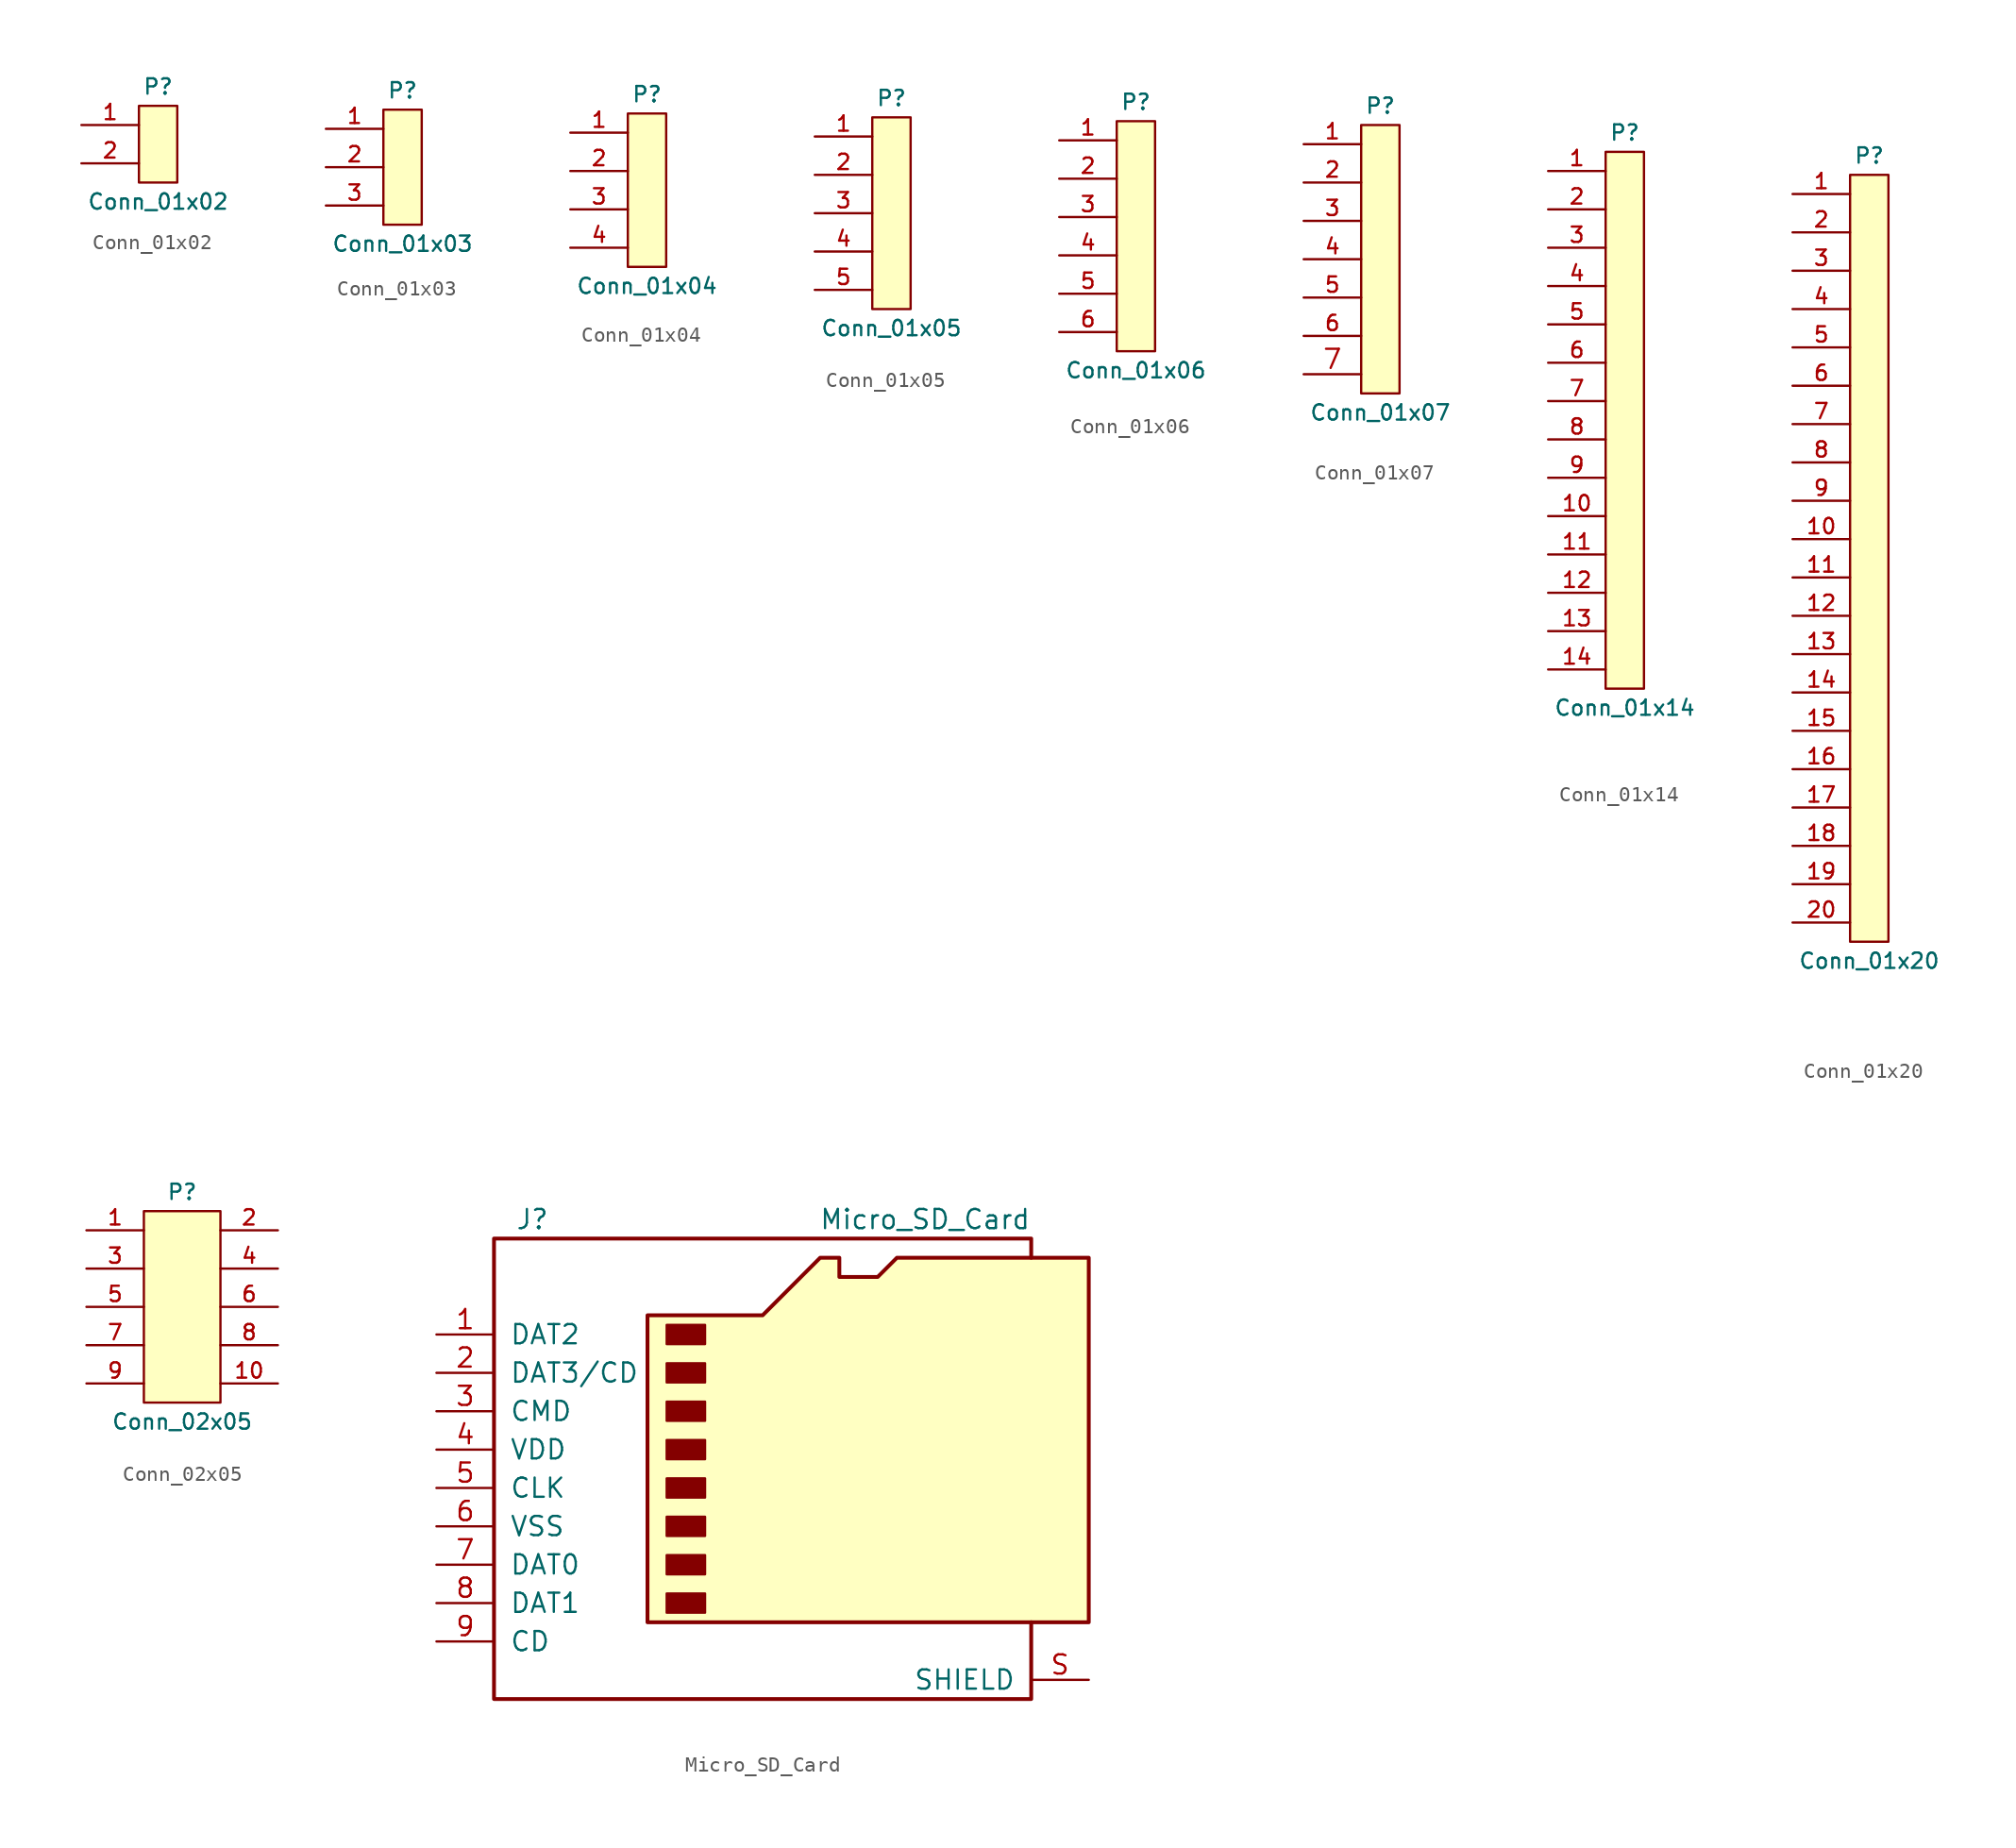
<source format=kicad_sym>
(kicad_symbol_lib
  (version 20211014)
  (generator kicad_symbol_editor)
  (symbol "Conn_01x02"
    (pin_names hide)
    (property "Reference" "P"
      (at 0 3.81 0)
      (effects (font (size 1.016 1.016))))
    (property "Value" "Conn_01x02"
      (at 0 -3.81 0)
      (effects (font (size 1.016 1.016))))
    (symbol "Conn_01x02_1_1"
      (rectangle (start -1.27 2.54) (end 1.27 -2.54) (stroke (width 0) (type default) (color 0 0 0 0)) (fill (type background)))
      (pin passive line (at -5.08 1.27 0) (length 3.81) (name "Pin_1" (effects (font (size 1.016 1.016)))) (number "1" (effects (font (size 1.016 1.016)))))
      (pin passive line (at -5.08 -1.27 0) (length 3.81) (name "Pin_2" (effects (font (size 1.016 1.016)))) (number "2" (effects (font (size 1.016 1.016)))))))
  (symbol "Conn_01x03"
    (pin_names hide)
    (property "Reference" "P"
      (at 0 5.08 0)
      (effects (font (size 1.016 1.016))))
    (property "Value" "Conn_01x03"
      (at 0 -5.08 0)
      (effects (font (size 1.016 1.016))))
    (symbol "Conn_01x03_1_1"
      (rectangle (start -1.27 3.81) (end 1.27 -3.81) (stroke (width 0) (type default) (color 0 0 0 0)) (fill (type background)))
      (pin passive line (at -5.08 2.54 0) (length 3.81) (name "Pin_1" (effects (font (size 1.016 1.016)))) (number "1" (effects (font (size 1.016 1.016)))))
      (pin passive line (at -5.08 0 0) (length 3.81) (name "Pin_3" (effects (font (size 1.016 1.016)))) (number "2" (effects (font (size 1.016 1.016)))))
      (pin passive line (at -5.08 -2.54 0) (length 3.81) (name "Pin_2" (effects (font (size 1.016 1.016)))) (number "3" (effects (font (size 1.016 1.016)))))))
  (symbol "Conn_01x04"
    (pin_names hide)
    (property "Reference" "P"
      (at 0 6.35 0)
      (effects (font (size 1.016 1.016))))
    (property "Value" "Conn_01x04"
      (at 0 -6.35 0)
      (effects (font (size 1.016 1.016))))
    (symbol "Conn_01x04_1_1"
      (rectangle (start -1.27 5.08) (end 1.27 -5.08) (stroke (width 0) (type default) (color 0 0 0 0)) (fill (type background)))
      (pin passive line (at -5.08 3.81 0) (length 3.81) (name "Pin_1" (effects (font (size 1.016 1.016)))) (number "1" (effects (font (size 1.016 1.016)))))
      (pin passive line (at -5.08 1.27 0) (length 3.81) (name "Pin_2" (effects (font (size 1.016 1.016)))) (number "2" (effects (font (size 1.016 1.016)))))
      (pin passive line (at -5.08 -1.27 0) (length 3.81) (name "Pin_3" (effects (font (size 1.016 1.016)))) (number "3" (effects (font (size 1.016 1.016)))))
      (pin passive line (at -5.08 -3.81 0) (length 3.81) (name "Pin_4" (effects (font (size 1.016 1.016)))) (number "4" (effects (font (size 1.016 1.016)))))))
  (symbol "Conn_01x05"
    (pin_names hide)
    (property "Reference" "P"
      (at 0 7.62 0)
      (effects (font (size 1.016 1.016))))
    (property "Value" "Conn_01x05"
      (at 0 -7.62 0)
      (effects (font (size 1.016 1.016))))
    (symbol "Conn_01x05_1_1"
      (rectangle (start -1.27 6.35) (end 1.27 -6.35) (stroke (width 0) (type default) (color 0 0 0 0)) (fill (type background)))
      (pin passive line (at -5.08 5.08 0) (length 3.81) (name "Pin_1" (effects (font (size 1.016 1.016)))) (number "1" (effects (font (size 1.016 1.016)))))
      (pin passive line (at -5.08 2.54 0) (length 3.81) (name "Pin_2" (effects (font (size 1.016 1.016)))) (number "2" (effects (font (size 1.016 1.016)))))
      (pin passive line (at -5.08 0 0) (length 3.81) (name "Pin_3" (effects (font (size 1.016 1.016)))) (number "3" (effects (font (size 1.016 1.016)))))
      (pin passive line (at -5.08 -2.54 0) (length 3.81) (name "Pin_4" (effects (font (size 1.016 1.016)))) (number "4" (effects (font (size 1.016 1.016)))))
      (pin passive line (at -5.08 -5.08 0) (length 3.81) (name "Pin_5" (effects (font (size 1.016 1.016)))) (number "5" (effects (font (size 1.016 1.016)))))))
  (symbol "Conn_01x06"
    (pin_names hide)
    (property "Reference" "P"
      (at 0 8.89 0)
      (effects (font (size 1.016 1.016))))
    (property "Value" "Conn_01x06"
      (at 0 -8.89 0)
      (effects (font (size 1.016 1.016))))
    (symbol "Conn_01x06_1_1"
      (rectangle (start -1.27 7.62) (end 1.27 -7.62) (stroke (width 0) (type default) (color 0 0 0 0)) (fill (type background)))
      (pin passive line (at -5.08 6.35 0) (length 3.81) (name "Pin_1" (effects (font (size 1.016 1.016)))) (number "1" (effects (font (size 1.016 1.016)))))
      (pin passive line (at -5.08 3.81 0) (length 3.81) (name "Pin_2" (effects (font (size 1.016 1.016)))) (number "2" (effects (font (size 1.016 1.016)))))
      (pin passive line (at -5.08 1.27 0) (length 3.81) (name "Pin_3" (effects (font (size 1.016 1.016)))) (number "3" (effects (font (size 1.016 1.016)))))
      (pin passive line (at -5.08 -1.27 0) (length 3.81) (name "Pin_4" (effects (font (size 1.016 1.016)))) (number "4" (effects (font (size 1.016 1.016)))))
      (pin passive line (at -5.08 -3.81 0) (length 3.81) (name "Pin_5" (effects (font (size 1.016 1.016)))) (number "5" (effects (font (size 1.016 1.016)))))
      (pin passive line (at -5.08 -6.35 0) (length 3.81) (name "Pin_6" (effects (font (size 1.016 1.016)))) (number "6" (effects (font (size 1.016 1.016)))))))
  (symbol "Conn_01x07"
    (pin_names hide)
    (property "Reference" "P"
      (at 0 10.16 0)
      (effects (font (size 1.016 1.016))))
    (property "Value" "Conn_01x07"
      (at 0 -10.16 0)
      (effects (font (size 1.016 1.016))))
    (symbol "Conn_01x07_1_1"
      (rectangle (start -1.27 8.89) (end 1.27 -8.89) (stroke (width 0) (type default) (color 0 0 0 0)) (fill (type background)))
      (pin passive line (at -5.08 7.62 0) (length 3.81) (name "Pin_1" (effects (font (size 1.016 1.016)))) (number "1" (effects (font (size 1.016 1.016)))))
      (pin passive line (at -5.08 5.08 0) (length 3.81) (name "Pin_2" (effects (font (size 1.016 1.016)))) (number "2" (effects (font (size 1.016 1.016)))))
      (pin passive line (at -5.08 2.54 0) (length 3.81) (name "Pin_3" (effects (font (size 1.016 1.016)))) (number "3" (effects (font (size 1.016 1.016)))))
      (pin passive line (at -5.08 0 0) (length 3.81) (name "Pin_4" (effects (font (size 1.016 1.016)))) (number "4" (effects (font (size 1.016 1.016)))))
      (pin passive line (at -5.08 -2.54 0) (length 3.81) (name "Pin_5" (effects (font (size 1.016 1.016)))) (number "5" (effects (font (size 1.016 1.016)))))
      (pin passive line (at -5.08 -5.08 0) (length 3.81) (name "Pin_6" (effects (font (size 1.016 1.016)))) (number "6" (effects (font (size 1.016 1.016)))))
      (pin passive line (at -5.08 -7.62 0) (length 3.81) (name "Pin_7" (effects (font (size 1.27 1.27)))) (number "7" (effects (font (size 1.27 1.27)))))))
  (symbol "Conn_01x14"
    (pin_names hide)
    (property "Reference" "P"
      (at 0 19.05 0)
      (effects (font (size 1.016 1.016))))
    (property "Value" "Conn_01x14"
      (at 0 -19.05 0)
      (effects (font (size 1.016 1.016))))
    (symbol "Conn_01x14_1_1"
      (rectangle (start -1.27 17.78) (end 1.27 -17.78) (stroke (width 0) (type default) (color 0 0 0 0)) (fill (type background)))
      (pin passive line (at -5.08 16.51 0) (length 3.81) (name "Pin_1" (effects (font (size 1.016 1.016)))) (number "1" (effects (font (size 1.016 1.016)))))
      (pin passive line (at -5.08 -6.35 0) (length 3.81) (name "Pin_10" (effects (font (size 1.016 1.016)))) (number "10" (effects (font (size 1.016 1.016)))))
      (pin passive line (at -5.08 -8.89 0) (length 3.81) (name "Pin_11" (effects (font (size 1.016 1.016)))) (number "11" (effects (font (size 1.016 1.016)))))
      (pin passive line (at -5.08 -11.43 0) (length 3.81) (name "Pin_12" (effects (font (size 1.016 1.016)))) (number "12" (effects (font (size 1.016 1.016)))))
      (pin passive line (at -5.08 -13.97 0) (length 3.81) (name "Pin_13" (effects (font (size 1.016 1.016)))) (number "13" (effects (font (size 1.016 1.016)))))
      (pin passive line (at -5.08 -16.51 0) (length 3.81) (name "Pin_14" (effects (font (size 1.016 1.016)))) (number "14" (effects (font (size 1.016 1.016)))))
      (pin passive line (at -5.08 13.97 0) (length 3.81) (name "Pin_2" (effects (font (size 1.016 1.016)))) (number "2" (effects (font (size 1.016 1.016)))))
      (pin passive line (at -5.08 11.43 0) (length 3.81) (name "Pin_3" (effects (font (size 1.016 1.016)))) (number "3" (effects (font (size 1.016 1.016)))))
      (pin passive line (at -5.08 8.89 0) (length 3.81) (name "Pin_4" (effects (font (size 1.016 1.016)))) (number "4" (effects (font (size 1.016 1.016)))))
      (pin passive line (at -5.08 6.35 0) (length 3.81) (name "Pin_5" (effects (font (size 1.016 1.016)))) (number "5" (effects (font (size 1.016 1.016)))))
      (pin passive line (at -5.08 3.81 0) (length 3.81) (name "Pin_6" (effects (font (size 1.016 1.016)))) (number "6" (effects (font (size 1.016 1.016)))))
      (pin passive line (at -5.08 1.27 0) (length 3.81) (name "Pin_7" (effects (font (size 1.016 1.016)))) (number "7" (effects (font (size 1.016 1.016)))))
      (pin passive line (at -5.08 -1.27 0) (length 3.81) (name "Pin_8" (effects (font (size 1.016 1.016)))) (number "8" (effects (font (size 1.016 1.016)))))
      (pin passive line (at -5.08 -3.81 0) (length 3.81) (name "Pin_9" (effects (font (size 1.016 1.016)))) (number "9" (effects (font (size 1.016 1.016)))))))
  (symbol "Conn_01x20"
    (pin_names hide)
    (property "Reference" "P"
      (at 0 26.67 0)
      (effects (font (size 1.016 1.016))))
    (property "Value" "Conn_01x20"
      (at 0 -26.67 0)
      (effects (font (size 1.016 1.016))))
    (symbol "Conn_01x20_1_1"
      (rectangle (start -1.27 25.4) (end 1.27 -25.4) (stroke (width 0) (type default) (color 0 0 0 0)) (fill (type background)))
      (pin passive line (at -5.08 24.13 0) (length 3.81) (name "Pin_1" (effects (font (size 1.016 1.016)))) (number "1" (effects (font (size 1.016 1.016)))))
      (pin passive line (at -5.08 1.27 0) (length 3.81) (name "Pin_10" (effects (font (size 1.016 1.016)))) (number "10" (effects (font (size 1.016 1.016)))))
      (pin passive line (at -5.08 -1.27 0) (length 3.81) (name "Pin_11" (effects (font (size 1.016 1.016)))) (number "11" (effects (font (size 1.016 1.016)))))
      (pin passive line (at -5.08 -3.81 0) (length 3.81) (name "Pin_12" (effects (font (size 1.016 1.016)))) (number "12" (effects (font (size 1.016 1.016)))))
      (pin passive line (at -5.08 -6.35 0) (length 3.81) (name "Pin_13" (effects (font (size 1.016 1.016)))) (number "13" (effects (font (size 1.016 1.016)))))
      (pin passive line (at -5.08 -8.89 0) (length 3.81) (name "Pin_14" (effects (font (size 1.016 1.016)))) (number "14" (effects (font (size 1.016 1.016)))))
      (pin passive line (at -5.08 -11.43 0) (length 3.81) (name "Pin_15" (effects (font (size 1.016 1.016)))) (number "15" (effects (font (size 1.016 1.016)))))
      (pin passive line (at -5.08 -13.97 0) (length 3.81) (name "Pin_16" (effects (font (size 1.016 1.016)))) (number "16" (effects (font (size 1.016 1.016)))))
      (pin passive line (at -5.08 -16.51 0) (length 3.81) (name "Pin_17" (effects (font (size 1.016 1.016)))) (number "17" (effects (font (size 1.016 1.016)))))
      (pin passive line (at -5.08 -19.05 0) (length 3.81) (name "Pin_18" (effects (font (size 1.016 1.016)))) (number "18" (effects (font (size 1.016 1.016)))))
      (pin passive line (at -5.08 -21.59 0) (length 3.81) (name "Pin_19" (effects (font (size 1.016 1.016)))) (number "19" (effects (font (size 1.016 1.016)))))
      (pin passive line (at -5.08 21.59 0) (length 3.81) (name "Pin_2" (effects (font (size 1.016 1.016)))) (number "2" (effects (font (size 1.016 1.016)))))
      (pin passive line (at -5.08 -24.13 0) (length 3.81) (name "Pin_20" (effects (font (size 1.016 1.016)))) (number "20" (effects (font (size 1.016 1.016)))))
      (pin passive line (at -5.08 19.05 0) (length 3.81) (name "Pin_3" (effects (font (size 1.016 1.016)))) (number "3" (effects (font (size 1.016 1.016)))))
      (pin passive line (at -5.08 16.51 0) (length 3.81) (name "Pin_4" (effects (font (size 1.016 1.016)))) (number "4" (effects (font (size 1.016 1.016)))))
      (pin passive line (at -5.08 13.97 0) (length 3.81) (name "Pin_5" (effects (font (size 1.016 1.016)))) (number "5" (effects (font (size 1.016 1.016)))))
      (pin passive line (at -5.08 11.43 0) (length 3.81) (name "Pin_6" (effects (font (size 1.016 1.016)))) (number "6" (effects (font (size 1.016 1.016)))))
      (pin passive line (at -5.08 8.89 0) (length 3.81) (name "Pin_7" (effects (font (size 1.016 1.016)))) (number "7" (effects (font (size 1.016 1.016)))))
      (pin passive line (at -5.08 6.35 0) (length 3.81) (name "Pin_8" (effects (font (size 1.016 1.016)))) (number "8" (effects (font (size 1.016 1.016)))))
      (pin passive line (at -5.08 3.81 0) (length 3.81) (name "Pin_9" (effects (font (size 1.016 1.016)))) (number "9" (effects (font (size 1.016 1.016)))))))
  (symbol "Conn_02x05"
    (pin_names hide)
    (property "Reference" "P"
      (at 0 7.62 0)
      (effects (font (size 1.016 1.016))))
    (property "Value" "Conn_02x05"
      (at 0 -7.62 0)
      (effects (font (size 1.016 1.016))))
    (symbol "Conn_02x05_1_1"
      (rectangle (start -2.54 6.35) (end 2.54 -6.35) (stroke (width 0) (type default) (color 0 0 0 0)) (fill (type background)))
      (pin passive line (at -6.35 5.08 0) (length 3.81) (name "Pin_1" (effects (font (size 1.016 1.016)))) (number "1" (effects (font (size 1.016 1.016)))))
      (pin passive line (at 6.35 -5.08 180) (length 3.81) (name "Pin_10" (effects (font (size 1.016 1.016)))) (number "10" (effects (font (size 1.016 1.016)))))
      (pin passive line (at 6.35 5.08 180) (length 3.81) (name "Pin_2" (effects (font (size 1.016 1.016)))) (number "2" (effects (font (size 1.016 1.016)))))
      (pin passive line (at -6.35 2.54 0) (length 3.81) (name "Pin_3" (effects (font (size 1.016 1.016)))) (number "3" (effects (font (size 1.016 1.016)))))
      (pin passive line (at 6.35 2.54 180) (length 3.81) (name "Pin_4" (effects (font (size 1.016 1.016)))) (number "4" (effects (font (size 1.016 1.016)))))
      (pin passive line (at -6.35 0 0) (length 3.81) (name "Pin_5" (effects (font (size 1.016 1.016)))) (number "5" (effects (font (size 1.016 1.016)))))
      (pin passive line (at 6.35 0 180) (length 3.81) (name "Pin_6" (effects (font (size 1.016 1.016)))) (number "6" (effects (font (size 1.016 1.016)))))
      (pin passive line (at -6.35 -2.54 0) (length 3.81) (name "Pin_7" (effects (font (size 1.016 1.016)))) (number "7" (effects (font (size 1.016 1.016)))))
      (pin passive line (at 6.35 -2.54 180) (length 3.81) (name "Pin_8" (effects (font (size 1.016 1.016)))) (number "8" (effects (font (size 1.016 1.016)))))
      (pin passive line (at -6.35 -5.08 0) (length 3.81) (name "Pin_9" (effects (font (size 1.016 1.016)))) (number "9" (effects (font (size 1.016 1.016)))))))
  (symbol "Micro_SD_Card"
    (pin_names
      (offset 1.016))
    (property "Reference" "J"
      (at -16.51 15.24 0)
      (effects (font (size 1.27 1.27))))
    (property "Value" "Micro_SD_Card"
      (at 16.51 15.24 0)
      (effects (font (size 1.27 1.27)) (justify right)))
    (symbol "Micro_SD_Card_0_1"
      (rectangle (start -7.62 -9.525) (end -5.08 -10.795) (stroke (width 0) (type default) (color 0 0 0 0)) (fill (type outline)))
      (rectangle (start -7.62 -6.985) (end -5.08 -8.255) (stroke (width 0) (type default) (color 0 0 0 0)) (fill (type outline)))
      (rectangle (start -7.62 -4.445) (end -5.08 -5.715) (stroke (width 0) (type default) (color 0 0 0 0)) (fill (type outline)))
      (rectangle (start -7.62 -1.905) (end -5.08 -3.175) (stroke (width 0) (type default) (color 0 0 0 0)) (fill (type outline)))
      (rectangle (start -7.62 0.635) (end -5.08 -0.635) (stroke (width 0) (type default) (color 0 0 0 0)) (fill (type outline)))
      (rectangle (start -7.62 3.175) (end -5.08 1.905) (stroke (width 0) (type default) (color 0 0 0 0)) (fill (type outline)))
      (rectangle (start -7.62 5.715) (end -5.08 4.445) (stroke (width 0) (type default) (color 0 0 0 0)) (fill (type outline)))
      (rectangle (start -7.62 8.255) (end -5.08 6.985) (stroke (width 0) (type default) (color 0 0 0 0)) (fill (type outline)))
      (polyline (pts (xy 16.51 12.7) (xy 16.51 13.97) (xy -19.05 13.97) (xy -19.05 -16.51) (xy 16.51 -16.51) (xy 16.51 -11.43)) (stroke (width 0.254) (type default) (color 0 0 0 0)) (fill (type none)))
      (polyline (pts (xy -8.89 -11.43) (xy -8.89 8.89) (xy -1.27 8.89) (xy 2.54 12.7) (xy 3.81 12.7) (xy 3.81 11.43) (xy 6.35 11.43) (xy 7.62 12.7) (xy 20.32 12.7) (xy 20.32 -11.43) (xy -8.89 -11.43)) (stroke (width 0.254) (type default) (color 0 0 0 0)) (fill (type background))))
    (symbol "Micro_SD_Card_1_1"
      (pin bidirectional line (at -22.86 7.62 0) (length 3.81) (name "DAT2" (effects (font (size 1.27 1.27)))) (number "1" (effects (font (size 1.27 1.27)))))
      (pin bidirectional line (at -22.86 5.08 0) (length 3.81) (name "DAT3/CD" (effects (font (size 1.27 1.27)))) (number "2" (effects (font (size 1.27 1.27)))))
      (pin input line (at -22.86 2.54 0) (length 3.81) (name "CMD" (effects (font (size 1.27 1.27)))) (number "3" (effects (font (size 1.27 1.27)))))
      (pin power_in line (at -22.86 0 0) (length 3.81) (name "VDD" (effects (font (size 1.27 1.27)))) (number "4" (effects (font (size 1.27 1.27)))))
      (pin input line (at -22.86 -2.54 0) (length 3.81) (name "CLK" (effects (font (size 1.27 1.27)))) (number "5" (effects (font (size 1.27 1.27)))))
      (pin power_in line (at -22.86 -5.08 0) (length 3.81) (name "VSS" (effects (font (size 1.27 1.27)))) (number "6" (effects (font (size 1.27 1.27)))))
      (pin bidirectional line (at -22.86 -7.62 0) (length 3.81) (name "DAT0" (effects (font (size 1.27 1.27)))) (number "7" (effects (font (size 1.27 1.27)))))
      (pin bidirectional line (at -22.86 -10.16 0) (length 3.81) (name "DAT1" (effects (font (size 1.27 1.27)))) (number "8" (effects (font (size 1.27 1.27)))))
      (pin output line (at -22.86 -12.7 0) (length 3.81) (name "CD" (effects (font (size 1.27 1.27)))) (number "9" (effects (font (size 1.27 1.27)))))
      (pin passive line (at 20.32 -15.24 180) (length 3.81) (name "SHIELD" (effects (font (size 1.27 1.27)))) (number "S" (effects (font (size 1.27 1.27))))))))
</source>
